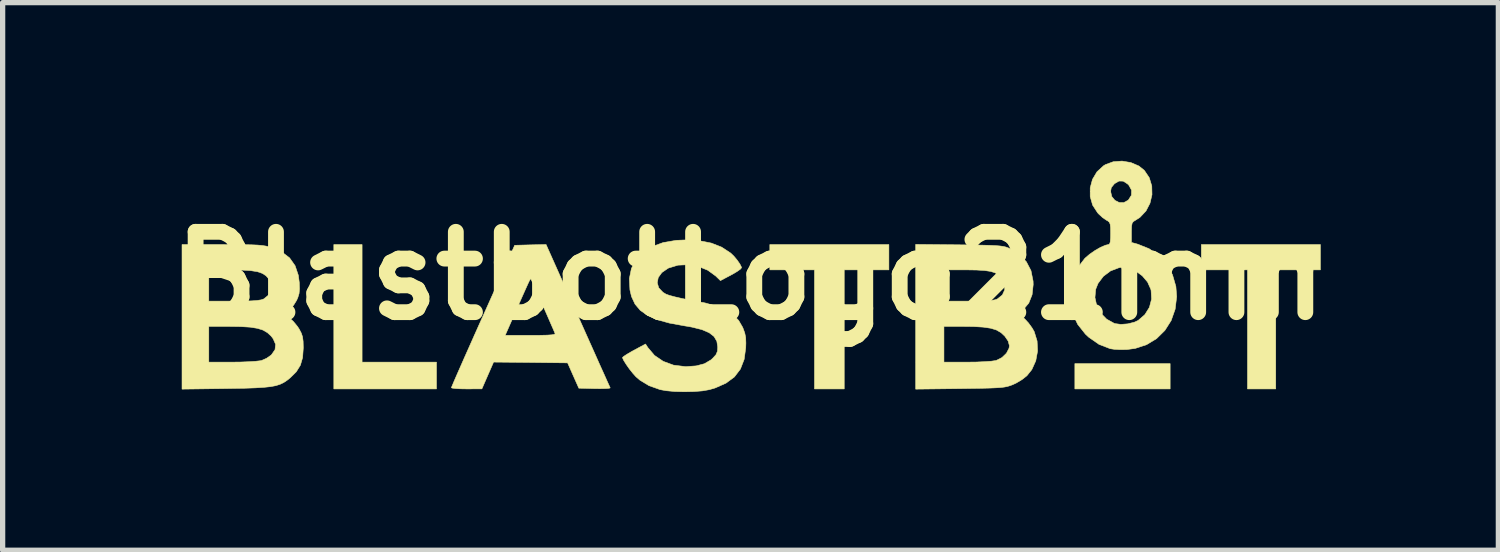
<source format=kicad_pcb>
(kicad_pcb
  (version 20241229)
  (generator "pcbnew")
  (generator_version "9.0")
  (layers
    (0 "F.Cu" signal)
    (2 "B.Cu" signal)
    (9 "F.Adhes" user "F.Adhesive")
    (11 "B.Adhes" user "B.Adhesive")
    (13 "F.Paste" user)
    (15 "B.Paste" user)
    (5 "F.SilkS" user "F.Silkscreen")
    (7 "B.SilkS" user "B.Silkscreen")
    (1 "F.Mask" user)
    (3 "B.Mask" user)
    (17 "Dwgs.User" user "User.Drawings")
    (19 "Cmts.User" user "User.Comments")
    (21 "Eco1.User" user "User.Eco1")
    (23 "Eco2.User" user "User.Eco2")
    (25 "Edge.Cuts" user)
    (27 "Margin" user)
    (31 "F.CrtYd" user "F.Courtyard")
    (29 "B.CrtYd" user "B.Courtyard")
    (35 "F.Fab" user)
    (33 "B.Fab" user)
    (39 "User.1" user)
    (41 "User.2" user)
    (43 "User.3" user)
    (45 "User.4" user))
  (footprint "BlastbotLogo21mm"
    (layer "F.Cu")
    (at 11.183 2.181)
    (property "Reference" "BlastbotLogo21mm" (at 0 0 0) (layer "F.SilkS") (effects (font (size 1.524 1.524) (thickness 0.3))))
    (attr through_hole)
    (fp_poly (pts (xy 7.959 2.145) (xy 6.152 2.145) (xy 6.152 1.665) (xy 7.959 1.665) (xy 7.959 2.145)) (stroke (width 0.01) (type solid)) (fill yes) (layer "F.SilkS"))
    (fp_poly (pts (xy -7.366 1.637) (xy -5.955 1.637) (xy -5.955 2.145) (xy -7.902 2.145) (xy -7.902 -0.593) (xy -7.366 -0.593) (xy -7.366 1.637)) (stroke (width 0.01) (type solid)) (fill yes) (layer "F.SilkS"))
    (fp_poly (pts (xy 2.625 -0.113) (xy 1.778 -0.113) (xy 1.778 2.145) (xy 1.214 2.145) (xy 1.214 -0.113) (xy 0.367 -0.113) (xy 0.367 -0.593) (xy 2.625 -0.593) (xy 2.625 -0.113)) (stroke (width 0.01) (type solid)) (fill yes) (layer "F.SilkS"))
    (fp_poly (pts (xy 10.809 -0.113) (xy 9.962 -0.113) (xy 9.962 2.145) (xy 9.426 2.145) (xy 9.426 -0.113) (xy 8.551 -0.113) (xy 8.551 -0.593) (xy 10.809 -0.593) (xy 10.809 -0.113)) (stroke (width 0.01) (type solid)) (fill yes) (layer "F.SilkS"))
    (fp_poly (pts (xy -3.275 0.754) (xy -3.159 1.013) (xy -3.05 1.257) (xy -2.95 1.48) (xy -2.862 1.678) (xy -2.786 1.846) (xy -2.727 1.978) (xy -2.685 2.071) (xy -2.663 2.119) (xy -2.66 2.125) (xy -2.682 2.133) (xy -2.748 2.138) (xy -2.85 2.14) (xy -2.952 2.139) (xy -3.255 2.131) (xy -3.362 1.891) (xy -3.468 1.651) (xy -4.17 1.643) (xy -4.872 1.636) (xy -4.983 1.89) (xy -5.094 2.144) (xy -5.383 2.145) (xy -5.503 2.143) (xy -5.599 2.137) (xy -5.659 2.129) (xy -5.673 2.122) (xy -5.661 2.093) (xy -5.629 2.017) (xy -5.578 1.899) (xy -5.51 1.745) (xy -5.428 1.558) (xy -5.333 1.345) (xy -5.237 1.129) (xy -4.652 1.129) (xy -4.172 1.129) (xy -3.99 1.128) (xy -3.858 1.125) (xy -3.771 1.119) (xy -3.722 1.111) (xy -3.705 1.099) (xy -3.706 1.094) (xy -3.738 1.018) (xy -3.785 0.911) (xy -3.841 0.782) (xy -3.903 0.641) (xy -3.967 0.497) (xy -4.028 0.359) (xy -4.083 0.237) (xy -4.127 0.14) (xy -4.156 0.078) (xy -4.165 0.059) (xy -4.17 0.058) (xy -4.178 0.068) (xy -4.193 0.094) (xy -4.216 0.142) (xy -4.25 0.217) (xy -4.298 0.324) (xy -4.363 0.47) (xy -4.446 0.659) (xy -4.488 0.755) (xy -4.652 1.129) (xy -5.237 1.129) (xy -5.228 1.109) (xy -5.115 0.856) (xy -5.072 0.761) (xy -4.472 -0.579) (xy -4.175 -0.587) (xy -3.877 -0.594) (xy -3.275 0.754)) (stroke (width 0.01) (type solid)) (fill yes) (layer "F.SilkS"))
    (fp_poly (pts (xy -9.788 -0.592) (xy -9.602 -0.591) (xy -9.458 -0.588) (xy -9.346 -0.583) (xy -9.259 -0.575) (xy -9.189 -0.564) (xy -9.129 -0.551) (xy -9.089 -0.539) (xy -8.892 -0.455) (xy -8.742 -0.341) (xy -8.637 -0.193) (xy -8.575 -0.01) (xy -8.557 0.128) (xy -8.553 0.249) (xy -8.561 0.336) (xy -8.585 0.414) (xy -8.608 0.466) (xy -8.664 0.556) (xy -8.733 0.634) (xy -8.763 0.657) (xy -8.855 0.717) (xy -8.747 0.795) (xy -8.668 0.867) (xy -8.591 0.961) (xy -8.56 1.008) (xy -8.519 1.086) (xy -8.495 1.158) (xy -8.484 1.244) (xy -8.481 1.366) (xy -8.481 1.369) (xy -8.494 1.55) (xy -8.536 1.695) (xy -8.614 1.82) (xy -8.726 1.931) (xy -8.789 1.982) (xy -8.852 2.024) (xy -8.921 2.057) (xy -9.002 2.083) (xy -9.103 2.102) (xy -9.229 2.115) (xy -9.389 2.125) (xy -9.589 2.132) (xy -9.836 2.136) (xy -9.955 2.138) (xy -10.781 2.149) (xy -10.781 0.96) (xy -10.273 0.96) (xy -10.273 1.637) (xy -9.828 1.637) (xy -9.666 1.635) (xy -9.515 1.629) (xy -9.389 1.621) (xy -9.299 1.611) (xy -9.273 1.606) (xy -9.177 1.564) (xy -9.09 1.503) (xy -9.083 1.495) (xy -9.017 1.4) (xy -9.006 1.3) (xy -9.052 1.194) (xy -9.09 1.144) (xy -9.16 1.079) (xy -9.243 1.03) (xy -9.35 0.996) (xy -9.487 0.974) (xy -9.665 0.963) (xy -9.869 0.96) (xy -10.273 0.96) (xy -10.781 0.96) (xy -10.781 0.48) (xy -10.273 0.48) (xy -9.792 0.48) (xy -9.6 0.479) (xy -9.457 0.475) (xy -9.354 0.467) (xy -9.282 0.456) (xy -9.234 0.44) (xy -9.228 0.437) (xy -9.138 0.363) (xy -9.091 0.263) (xy -9.092 0.153) (xy -9.134 0.06) (xy -9.188 -0.001) (xy -9.259 -0.047) (xy -9.354 -0.079) (xy -9.482 -0.099) (xy -9.651 -0.109) (xy -9.842 -0.112) (xy -10.273 -0.113) (xy -10.273 0.48) (xy -10.781 0.48) (xy -10.781 -0.593) (xy -10.021 -0.593) (xy -9.788 -0.592)) (stroke (width 0.01) (type solid)) (fill yes) (layer "F.SilkS"))
    (fp_poly (pts (xy 3.958 -0.588) (xy 4.198 -0.585) (xy 4.388 -0.582) (xy 4.536 -0.578) (xy 4.649 -0.573) (xy 4.733 -0.566) (xy 4.796 -0.557) (xy 4.844 -0.546) (xy 4.885 -0.531) (xy 4.911 -0.52) (xy 5.096 -0.408) (xy 5.232 -0.267) (xy 5.32 -0.098) (xy 5.36 0.101) (xy 5.362 0.167) (xy 5.341 0.359) (xy 5.278 0.517) (xy 5.176 0.638) (xy 5.141 0.664) (xy 5.087 0.705) (xy 5.067 0.73) (xy 5.072 0.734) (xy 5.127 0.756) (xy 5.198 0.814) (xy 5.273 0.895) (xy 5.34 0.987) (xy 5.381 1.058) (xy 5.436 1.237) (xy 5.445 1.426) (xy 5.411 1.611) (xy 5.336 1.778) (xy 5.243 1.894) (xy 5.151 1.967) (xy 5.037 2.035) (xy 4.972 2.065) (xy 4.923 2.083) (xy 4.874 2.098) (xy 4.819 2.109) (xy 4.748 2.118) (xy 4.656 2.124) (xy 4.536 2.129) (xy 4.379 2.133) (xy 4.18 2.136) (xy 3.972 2.139) (xy 3.133 2.149) (xy 3.133 0.96) (xy 3.669 0.96) (xy 3.669 1.637) (xy 4.11 1.637) (xy 4.287 1.635) (xy 4.443 1.628) (xy 4.569 1.619) (xy 4.651 1.607) (xy 4.662 1.604) (xy 4.77 1.55) (xy 4.855 1.468) (xy 4.904 1.373) (xy 4.911 1.325) (xy 4.887 1.238) (xy 4.823 1.144) (xy 4.752 1.078) (xy 4.666 1.028) (xy 4.556 0.994) (xy 4.414 0.973) (xy 4.231 0.962) (xy 4.059 0.96) (xy 3.669 0.96) (xy 3.133 0.96) (xy 3.133 0.48) (xy 3.669 0.48) (xy 4.136 0.48) (xy 4.325 0.479) (xy 4.466 0.474) (xy 4.567 0.467) (xy 4.638 0.455) (xy 4.685 0.438) (xy 4.685 0.437) (xy 4.777 0.363) (xy 4.822 0.265) (xy 4.819 0.156) (xy 4.766 0.047) (xy 4.754 0.031) (xy 4.701 -0.02) (xy 4.637 -0.058) (xy 4.553 -0.084) (xy 4.439 -0.101) (xy 4.288 -0.11) (xy 4.089 -0.113) (xy 4.071 -0.113) (xy 3.669 -0.113) (xy 3.669 0.48) (xy 3.133 0.48) (xy 3.133 -0.596) (xy 3.958 -0.588)) (stroke (width 0.01) (type solid)) (fill yes) (layer "F.SilkS"))
    (fp_poly (pts (xy -0.972 -0.666) (xy -0.743 -0.621) (xy -0.547 -0.544) (xy -0.375 -0.431) (xy -0.315 -0.373) (xy -0.253 -0.299) (xy -0.201 -0.224) (xy -0.172 -0.166) (xy -0.169 -0.153) (xy -0.193 -0.125) (xy -0.255 -0.081) (xy -0.343 -0.029) (xy -0.37 -0.015) (xy -0.57 0.091) (xy -0.659 0.004) (xy -0.81 -0.106) (xy -0.99 -0.179) (xy -1.183 -0.211) (xy -1.376 -0.202) (xy -1.553 -0.148) (xy -1.566 -0.141) (xy -1.681 -0.062) (xy -1.749 0.032) (xy -1.768 0.132) (xy -1.74 0.228) (xy -1.661 0.312) (xy -1.602 0.348) (xy -1.535 0.372) (xy -1.426 0.401) (xy -1.29 0.432) (xy -1.138 0.461) (xy -1.103 0.467) (xy -0.84 0.52) (xy -0.626 0.581) (xy -0.456 0.654) (xy -0.324 0.741) (xy -0.224 0.847) (xy -0.15 0.974) (xy -0.142 0.992) (xy -0.109 1.082) (xy -0.091 1.169) (xy -0.087 1.275) (xy -0.09 1.366) (xy -0.12 1.585) (xy -0.191 1.768) (xy -0.305 1.918) (xy -0.465 2.036) (xy -0.671 2.127) (xy -0.781 2.159) (xy -0.91 2.182) (xy -1.074 2.195) (xy -1.256 2.199) (xy -1.437 2.194) (xy -1.599 2.179) (xy -1.714 2.158) (xy -1.925 2.083) (xy -2.095 1.98) (xy -2.171 1.915) (xy -2.231 1.848) (xy -2.297 1.765) (xy -2.358 1.678) (xy -2.405 1.603) (xy -2.427 1.554) (xy -2.427 1.549) (xy -2.404 1.528) (xy -2.342 1.487) (xy -2.253 1.435) (xy -2.209 1.411) (xy -1.99 1.293) (xy -1.948 1.359) (xy -1.821 1.509) (xy -1.655 1.622) (xy -1.459 1.694) (xy -1.241 1.721) (xy -1.223 1.722) (xy -1.028 1.708) (xy -0.873 1.667) (xy -0.749 1.594) (xy -0.716 1.564) (xy -0.654 1.496) (xy -0.626 1.429) (xy -0.621 1.35) (xy -0.638 1.241) (xy -0.691 1.151) (xy -0.784 1.079) (xy -0.922 1.02) (xy -1.109 0.973) (xy -1.26 0.947) (xy -1.54 0.896) (xy -1.769 0.832) (xy -1.951 0.752) (xy -2.09 0.655) (xy -2.19 0.536) (xy -2.256 0.394) (xy -2.286 0.268) (xy -2.297 0.053) (xy -2.258 -0.139) (xy -2.171 -0.306) (xy -2.04 -0.445) (xy -1.867 -0.554) (xy -1.655 -0.631) (xy -1.407 -0.673) (xy -1.241 -0.68) (xy -0.972 -0.666)) (stroke (width 0.01) (type solid)) (fill yes) (layer "F.SilkS"))
    (fp_poly (pts (xy 7.214 -2.148) (xy 7.366 -2.083) (xy 7.47 -1.999) (xy 7.563 -1.861) (xy 7.611 -1.704) (xy 7.615 -1.539) (xy 7.577 -1.377) (xy 7.501 -1.23) (xy 7.387 -1.109) (xy 7.303 -1.055) (xy 7.261 -1.029) (xy 7.238 -0.997) (xy 7.228 -0.941) (xy 7.225 -0.848) (xy 7.225 -0.824) (xy 7.225 -0.633) (xy 7.345 -0.6) (xy 7.56 -0.514) (xy 7.745 -0.384) (xy 7.895 -0.216) (xy 8.004 -0.019) (xy 8.068 0.202) (xy 8.083 0.395) (xy 8.054 0.633) (xy 7.978 0.849) (xy 7.859 1.036) (xy 7.702 1.191) (xy 7.512 1.306) (xy 7.296 1.377) (xy 7.137 1.398) (xy 7.017 1.4) (xy 6.903 1.394) (xy 6.822 1.382) (xy 6.61 1.3) (xy 6.415 1.164) (xy 6.352 1.105) (xy 6.207 0.922) (xy 6.109 0.718) (xy 6.059 0.501) (xy 6.059 0.412) (xy 6.533 0.412) (xy 6.567 0.566) (xy 6.643 0.707) (xy 6.755 0.822) (xy 6.896 0.9) (xy 6.912 0.906) (xy 7.023 0.921) (xy 7.155 0.911) (xy 7.282 0.879) (xy 7.353 0.846) (xy 7.479 0.737) (xy 7.566 0.598) (xy 7.607 0.441) (xy 7.598 0.279) (xy 7.592 0.254) (xy 7.531 0.118) (xy 7.431 0.000487) (xy 7.306 -0.091) (xy 7.169 -0.147) (xy 7.031 -0.16) (xy 6.99 -0.154) (xy 6.829 -0.093) (xy 6.692 0.01) (xy 6.591 0.145) (xy 6.547 0.256) (xy 6.533 0.412) (xy 6.059 0.412) (xy 6.057 0.28) (xy 6.103 0.062) (xy 6.197 -0.143) (xy 6.338 -0.327) (xy 6.35 -0.339) (xy 6.434 -0.411) (xy 6.537 -0.482) (xy 6.642 -0.542) (xy 6.734 -0.581) (xy 6.787 -0.593) (xy 6.809 -0.603) (xy 6.823 -0.641) (xy 6.829 -0.718) (xy 6.83 -0.804) (xy 6.829 -0.912) (xy 6.822 -0.978) (xy 6.805 -1.017) (xy 6.774 -1.043) (xy 6.749 -1.056) (xy 6.679 -1.104) (xy 6.603 -1.174) (xy 6.583 -1.196) (xy 6.489 -1.341) (xy 6.443 -1.503) (xy 6.443 -1.601) (xy 6.83 -1.601) (xy 6.852 -1.504) (xy 6.911 -1.432) (xy 6.991 -1.391) (xy 7.079 -1.389) (xy 7.161 -1.433) (xy 7.168 -1.439) (xy 7.225 -1.529) (xy 7.227 -1.625) (xy 7.177 -1.717) (xy 7.151 -1.743) (xy 7.069 -1.796) (xy 6.989 -1.797) (xy 6.904 -1.748) (xy 6.843 -1.673) (xy 6.83 -1.601) (xy 6.443 -1.601) (xy 6.443 -1.669) (xy 6.486 -1.829) (xy 6.571 -1.972) (xy 6.696 -2.087) (xy 6.732 -2.109) (xy 6.881 -2.164) (xy 7.047 -2.176) (xy 7.214 -2.148)) (stroke (width 0.01) (type solid)) (fill yes) (layer "F.SilkS")))
  (gr_rect
    (start -3 -3)
    (end 25.367 7.385)
    (stroke (width 0.1) (type default))
    (fill no)
    (layer "Edge.Cuts")))
</source>
